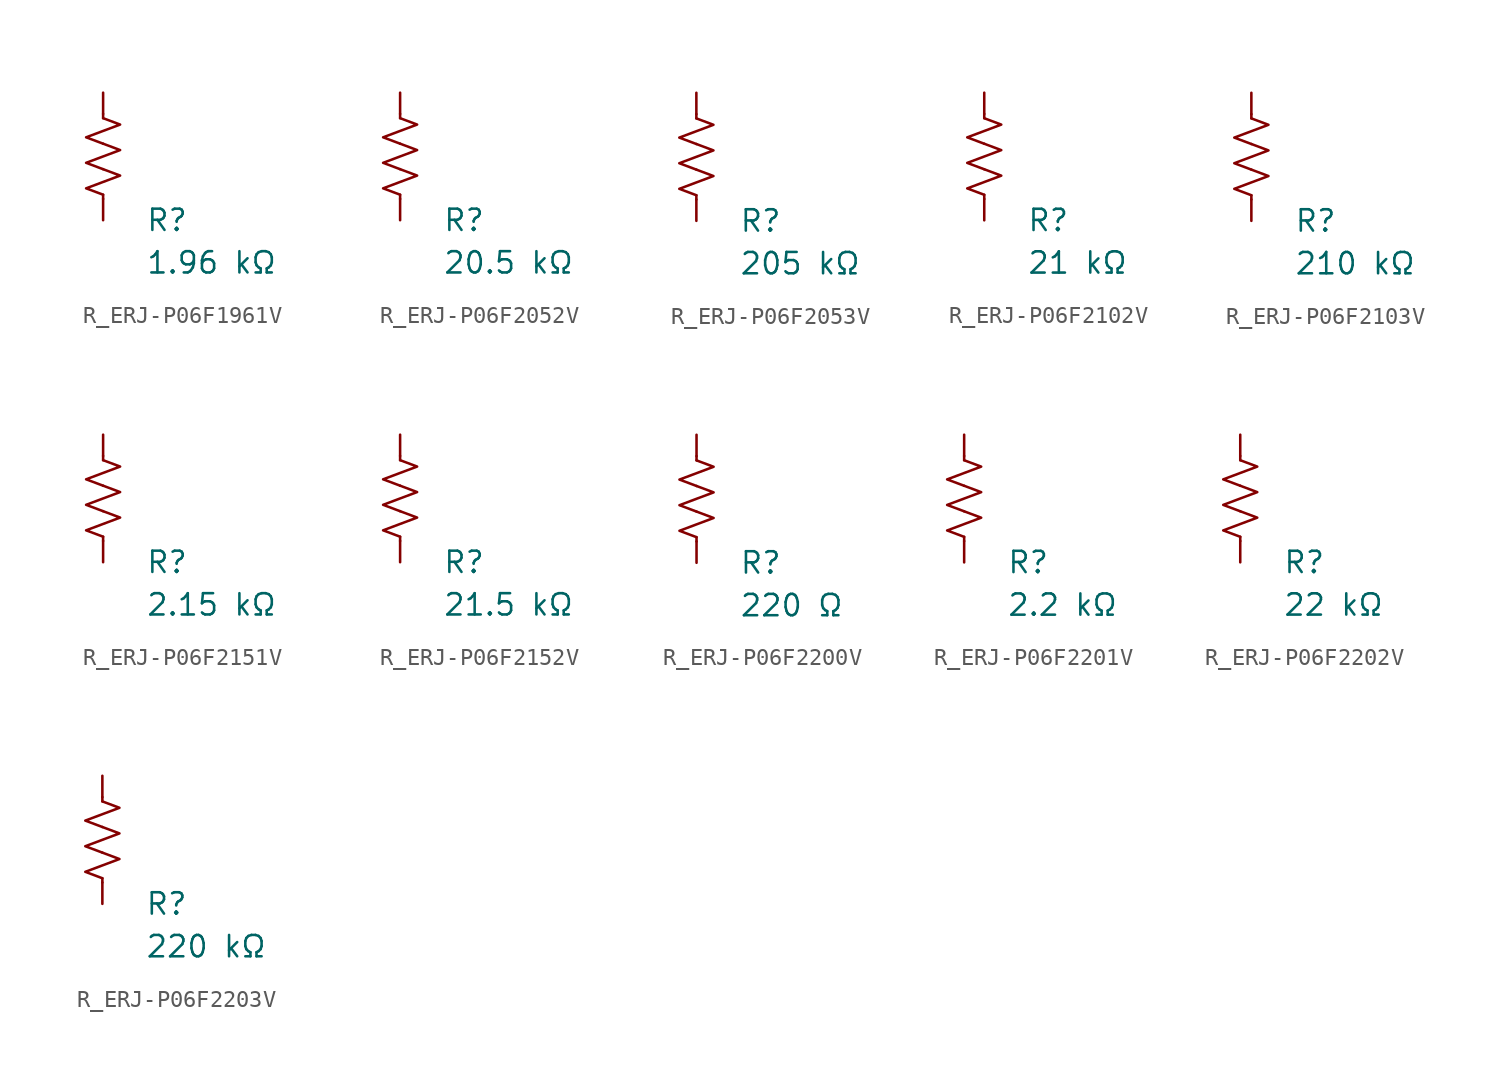
<source format=kicad_sym>
(kicad_symbol_lib
  (version 20231120)
  (generator "kicad_symbol_editor")
  (generator_version "8.0")
  (symbol "R_ERJ-P06F1961V"
    (pin_numbers hide)
    (pin_names
      (offset 0))
    (property "Reference" "R"
      (at 2.54 -3.81 0)
      (effects (font (size 1.27 1.27)) (justify left))
      (show_name no))
    (property "Value" "1.96 kΩ"
      (at 2.54 -6.35 0)
      (effects (font (size 1.27 1.27)) (justify left))
      (show_name no))
    (symbol "R_ERJ-P06F1961V_0_1"
      (polyline (pts (xy 0 -2.286) (xy 0 -2.54)) (stroke (width 0) (type default)) (fill (type none)))
      (polyline (pts (xy 0 2.286) (xy 0 2.54)) (stroke (width 0) (type default)) (fill (type none)))
      (polyline (pts (xy 0 -0.762) (xy 1.016 -1.143) (xy 0 -1.524) (xy -1.016 -1.905) (xy 0 -2.286)) (stroke (width 0) (type default)) (fill (type none)))
      (polyline (pts (xy 0 0.762) (xy 1.016 0.381) (xy 0 0) (xy -1.016 -0.381) (xy 0 -0.762)) (stroke (width 0) (type default)) (fill (type none)))
      (polyline (pts (xy 0 2.286) (xy 1.016 1.905) (xy 0 1.524) (xy -1.016 1.143) (xy 0 0.762)) (stroke (width 0) (type default)) (fill (type none))))
    (symbol "R_ERJ-P06F1961V_1_1"
      (pin passive line (at 0 3.81 270) (length 1.27) (name "~" (effects (font (size 1.27 1.27)))) (number "1" (effects (font (size 1.27 1.27)))))
      (pin passive line (at 0 -3.81 90) (length 1.27) (name "~" (effects (font (size 1.27 1.27)))) (number "2" (effects (font (size 1.27 1.27)))))))
  (symbol "R_ERJ-P06F2052V"
    (pin_numbers hide)
    (pin_names
      (offset 0))
    (property "Reference" "R"
      (at 2.54 -3.81 0)
      (effects (font (size 1.27 1.27)) (justify left))
      (show_name no))
    (property "Value" "20.5 kΩ"
      (at 2.54 -6.35 0)
      (effects (font (size 1.27 1.27)) (justify left))
      (show_name no))
    (symbol "R_ERJ-P06F2052V_0_1"
      (polyline (pts (xy 0 -2.286) (xy 0 -2.54)) (stroke (width 0) (type default)) (fill (type none)))
      (polyline (pts (xy 0 2.286) (xy 0 2.54)) (stroke (width 0) (type default)) (fill (type none)))
      (polyline (pts (xy 0 -0.762) (xy 1.016 -1.143) (xy 0 -1.524) (xy -1.016 -1.905) (xy 0 -2.286)) (stroke (width 0) (type default)) (fill (type none)))
      (polyline (pts (xy 0 0.762) (xy 1.016 0.381) (xy 0 0) (xy -1.016 -0.381) (xy 0 -0.762)) (stroke (width 0) (type default)) (fill (type none)))
      (polyline (pts (xy 0 2.286) (xy 1.016 1.905) (xy 0 1.524) (xy -1.016 1.143) (xy 0 0.762)) (stroke (width 0) (type default)) (fill (type none))))
    (symbol "R_ERJ-P06F2052V_1_1"
      (pin passive line (at 0 3.81 270) (length 1.27) (name "~" (effects (font (size 1.27 1.27)))) (number "1" (effects (font (size 1.27 1.27)))))
      (pin passive line (at 0 -3.81 90) (length 1.27) (name "~" (effects (font (size 1.27 1.27)))) (number "2" (effects (font (size 1.27 1.27)))))))
  (symbol "R_ERJ-P06F2053V"
    (pin_numbers hide)
    (pin_names
      (offset 0))
    (property "Reference" "R"
      (at 2.54 -3.81 0)
      (effects (font (size 1.27 1.27)) (justify left))
      (show_name no))
    (property "Value" "205 kΩ"
      (at 2.54 -6.35 0)
      (effects (font (size 1.27 1.27)) (justify left))
      (show_name no))
    (symbol "R_ERJ-P06F2053V_0_1"
      (polyline (pts (xy 0 -2.286) (xy 0 -2.54)) (stroke (width 0) (type default)) (fill (type none)))
      (polyline (pts (xy 0 2.286) (xy 0 2.54)) (stroke (width 0) (type default)) (fill (type none)))
      (polyline (pts (xy 0 -0.762) (xy 1.016 -1.143) (xy 0 -1.524) (xy -1.016 -1.905) (xy 0 -2.286)) (stroke (width 0) (type default)) (fill (type none)))
      (polyline (pts (xy 0 0.762) (xy 1.016 0.381) (xy 0 0) (xy -1.016 -0.381) (xy 0 -0.762)) (stroke (width 0) (type default)) (fill (type none)))
      (polyline (pts (xy 0 2.286) (xy 1.016 1.905) (xy 0 1.524) (xy -1.016 1.143) (xy 0 0.762)) (stroke (width 0) (type default)) (fill (type none))))
    (symbol "R_ERJ-P06F2053V_1_1"
      (pin passive line (at 0 3.81 270) (length 1.27) (name "~" (effects (font (size 1.27 1.27)))) (number "1" (effects (font (size 1.27 1.27)))))
      (pin passive line (at 0 -3.81 90) (length 1.27) (name "~" (effects (font (size 1.27 1.27)))) (number "2" (effects (font (size 1.27 1.27)))))))
  (symbol "R_ERJ-P06F2102V"
    (pin_numbers hide)
    (pin_names
      (offset 0))
    (property "Reference" "R"
      (at 2.54 -3.81 0)
      (effects (font (size 1.27 1.27)) (justify left))
      (show_name no))
    (property "Value" "21 kΩ"
      (at 2.54 -6.35 0)
      (effects (font (size 1.27 1.27)) (justify left))
      (show_name no))
    (symbol "R_ERJ-P06F2102V_0_1"
      (polyline (pts (xy 0 -2.286) (xy 0 -2.54)) (stroke (width 0) (type default)) (fill (type none)))
      (polyline (pts (xy 0 2.286) (xy 0 2.54)) (stroke (width 0) (type default)) (fill (type none)))
      (polyline (pts (xy 0 -0.762) (xy 1.016 -1.143) (xy 0 -1.524) (xy -1.016 -1.905) (xy 0 -2.286)) (stroke (width 0) (type default)) (fill (type none)))
      (polyline (pts (xy 0 0.762) (xy 1.016 0.381) (xy 0 0) (xy -1.016 -0.381) (xy 0 -0.762)) (stroke (width 0) (type default)) (fill (type none)))
      (polyline (pts (xy 0 2.286) (xy 1.016 1.905) (xy 0 1.524) (xy -1.016 1.143) (xy 0 0.762)) (stroke (width 0) (type default)) (fill (type none))))
    (symbol "R_ERJ-P06F2102V_1_1"
      (pin passive line (at 0 3.81 270) (length 1.27) (name "~" (effects (font (size 1.27 1.27)))) (number "1" (effects (font (size 1.27 1.27)))))
      (pin passive line (at 0 -3.81 90) (length 1.27) (name "~" (effects (font (size 1.27 1.27)))) (number "2" (effects (font (size 1.27 1.27)))))))
  (symbol "R_ERJ-P06F2103V"
    (pin_numbers hide)
    (pin_names
      (offset 0))
    (property "Reference" "R"
      (at 2.54 -3.81 0)
      (effects (font (size 1.27 1.27)) (justify left))
      (show_name no))
    (property "Value" "210 kΩ"
      (at 2.54 -6.35 0)
      (effects (font (size 1.27 1.27)) (justify left))
      (show_name no))
    (symbol "R_ERJ-P06F2103V_0_1"
      (polyline (pts (xy 0 -2.286) (xy 0 -2.54)) (stroke (width 0) (type default)) (fill (type none)))
      (polyline (pts (xy 0 2.286) (xy 0 2.54)) (stroke (width 0) (type default)) (fill (type none)))
      (polyline (pts (xy 0 -0.762) (xy 1.016 -1.143) (xy 0 -1.524) (xy -1.016 -1.905) (xy 0 -2.286)) (stroke (width 0) (type default)) (fill (type none)))
      (polyline (pts (xy 0 0.762) (xy 1.016 0.381) (xy 0 0) (xy -1.016 -0.381) (xy 0 -0.762)) (stroke (width 0) (type default)) (fill (type none)))
      (polyline (pts (xy 0 2.286) (xy 1.016 1.905) (xy 0 1.524) (xy -1.016 1.143) (xy 0 0.762)) (stroke (width 0) (type default)) (fill (type none))))
    (symbol "R_ERJ-P06F2103V_1_1"
      (pin passive line (at 0 3.81 270) (length 1.27) (name "~" (effects (font (size 1.27 1.27)))) (number "1" (effects (font (size 1.27 1.27)))))
      (pin passive line (at 0 -3.81 90) (length 1.27) (name "~" (effects (font (size 1.27 1.27)))) (number "2" (effects (font (size 1.27 1.27)))))))
  (symbol "R_ERJ-P06F2151V"
    (pin_numbers hide)
    (pin_names
      (offset 0))
    (property "Reference" "R"
      (at 2.54 -3.81 0)
      (effects (font (size 1.27 1.27)) (justify left))
      (show_name no))
    (property "Value" "2.15 kΩ"
      (at 2.54 -6.35 0)
      (effects (font (size 1.27 1.27)) (justify left))
      (show_name no))
    (symbol "R_ERJ-P06F2151V_0_1"
      (polyline (pts (xy 0 -2.286) (xy 0 -2.54)) (stroke (width 0) (type default)) (fill (type none)))
      (polyline (pts (xy 0 2.286) (xy 0 2.54)) (stroke (width 0) (type default)) (fill (type none)))
      (polyline (pts (xy 0 -0.762) (xy 1.016 -1.143) (xy 0 -1.524) (xy -1.016 -1.905) (xy 0 -2.286)) (stroke (width 0) (type default)) (fill (type none)))
      (polyline (pts (xy 0 0.762) (xy 1.016 0.381) (xy 0 0) (xy -1.016 -0.381) (xy 0 -0.762)) (stroke (width 0) (type default)) (fill (type none)))
      (polyline (pts (xy 0 2.286) (xy 1.016 1.905) (xy 0 1.524) (xy -1.016 1.143) (xy 0 0.762)) (stroke (width 0) (type default)) (fill (type none))))
    (symbol "R_ERJ-P06F2151V_1_1"
      (pin passive line (at 0 3.81 270) (length 1.27) (name "~" (effects (font (size 1.27 1.27)))) (number "1" (effects (font (size 1.27 1.27)))))
      (pin passive line (at 0 -3.81 90) (length 1.27) (name "~" (effects (font (size 1.27 1.27)))) (number "2" (effects (font (size 1.27 1.27)))))))
  (symbol "R_ERJ-P06F2152V"
    (pin_numbers hide)
    (pin_names
      (offset 0))
    (property "Reference" "R"
      (at 2.54 -3.81 0)
      (effects (font (size 1.27 1.27)) (justify left))
      (show_name no))
    (property "Value" "21.5 kΩ"
      (at 2.54 -6.35 0)
      (effects (font (size 1.27 1.27)) (justify left))
      (show_name no))
    (symbol "R_ERJ-P06F2152V_0_1"
      (polyline (pts (xy 0 -2.286) (xy 0 -2.54)) (stroke (width 0) (type default)) (fill (type none)))
      (polyline (pts (xy 0 2.286) (xy 0 2.54)) (stroke (width 0) (type default)) (fill (type none)))
      (polyline (pts (xy 0 -0.762) (xy 1.016 -1.143) (xy 0 -1.524) (xy -1.016 -1.905) (xy 0 -2.286)) (stroke (width 0) (type default)) (fill (type none)))
      (polyline (pts (xy 0 0.762) (xy 1.016 0.381) (xy 0 0) (xy -1.016 -0.381) (xy 0 -0.762)) (stroke (width 0) (type default)) (fill (type none)))
      (polyline (pts (xy 0 2.286) (xy 1.016 1.905) (xy 0 1.524) (xy -1.016 1.143) (xy 0 0.762)) (stroke (width 0) (type default)) (fill (type none))))
    (symbol "R_ERJ-P06F2152V_1_1"
      (pin passive line (at 0 3.81 270) (length 1.27) (name "~" (effects (font (size 1.27 1.27)))) (number "1" (effects (font (size 1.27 1.27)))))
      (pin passive line (at 0 -3.81 90) (length 1.27) (name "~" (effects (font (size 1.27 1.27)))) (number "2" (effects (font (size 1.27 1.27)))))))
  (symbol "R_ERJ-P06F2200V"
    (pin_numbers hide)
    (pin_names
      (offset 0))
    (property "Reference" "R"
      (at 2.54 -3.81 0)
      (effects (font (size 1.27 1.27)) (justify left))
      (show_name no))
    (property "Value" "220 Ω"
      (at 2.54 -6.35 0)
      (effects (font (size 1.27 1.27)) (justify left))
      (show_name no))
    (symbol "R_ERJ-P06F2200V_0_1"
      (polyline (pts (xy 0 -2.286) (xy 0 -2.54)) (stroke (width 0) (type default)) (fill (type none)))
      (polyline (pts (xy 0 2.286) (xy 0 2.54)) (stroke (width 0) (type default)) (fill (type none)))
      (polyline (pts (xy 0 -0.762) (xy 1.016 -1.143) (xy 0 -1.524) (xy -1.016 -1.905) (xy 0 -2.286)) (stroke (width 0) (type default)) (fill (type none)))
      (polyline (pts (xy 0 0.762) (xy 1.016 0.381) (xy 0 0) (xy -1.016 -0.381) (xy 0 -0.762)) (stroke (width 0) (type default)) (fill (type none)))
      (polyline (pts (xy 0 2.286) (xy 1.016 1.905) (xy 0 1.524) (xy -1.016 1.143) (xy 0 0.762)) (stroke (width 0) (type default)) (fill (type none))))
    (symbol "R_ERJ-P06F2200V_1_1"
      (pin passive line (at 0 3.81 270) (length 1.27) (name "~" (effects (font (size 1.27 1.27)))) (number "1" (effects (font (size 1.27 1.27)))))
      (pin passive line (at 0 -3.81 90) (length 1.27) (name "~" (effects (font (size 1.27 1.27)))) (number "2" (effects (font (size 1.27 1.27)))))))
  (symbol "R_ERJ-P06F2201V"
    (pin_numbers hide)
    (pin_names
      (offset 0))
    (property "Reference" "R"
      (at 2.54 -3.81 0)
      (effects (font (size 1.27 1.27)) (justify left))
      (show_name no))
    (property "Value" "2.2 kΩ"
      (at 2.54 -6.35 0)
      (effects (font (size 1.27 1.27)) (justify left))
      (show_name no))
    (symbol "R_ERJ-P06F2201V_0_1"
      (polyline (pts (xy 0 -2.286) (xy 0 -2.54)) (stroke (width 0) (type default)) (fill (type none)))
      (polyline (pts (xy 0 2.286) (xy 0 2.54)) (stroke (width 0) (type default)) (fill (type none)))
      (polyline (pts (xy 0 -0.762) (xy 1.016 -1.143) (xy 0 -1.524) (xy -1.016 -1.905) (xy 0 -2.286)) (stroke (width 0) (type default)) (fill (type none)))
      (polyline (pts (xy 0 0.762) (xy 1.016 0.381) (xy 0 0) (xy -1.016 -0.381) (xy 0 -0.762)) (stroke (width 0) (type default)) (fill (type none)))
      (polyline (pts (xy 0 2.286) (xy 1.016 1.905) (xy 0 1.524) (xy -1.016 1.143) (xy 0 0.762)) (stroke (width 0) (type default)) (fill (type none))))
    (symbol "R_ERJ-P06F2201V_1_1"
      (pin passive line (at 0 3.81 270) (length 1.27) (name "~" (effects (font (size 1.27 1.27)))) (number "1" (effects (font (size 1.27 1.27)))))
      (pin passive line (at 0 -3.81 90) (length 1.27) (name "~" (effects (font (size 1.27 1.27)))) (number "2" (effects (font (size 1.27 1.27)))))))
  (symbol "R_ERJ-P06F2202V"
    (pin_numbers hide)
    (pin_names
      (offset 0))
    (property "Reference" "R"
      (at 2.54 -3.81 0)
      (effects (font (size 1.27 1.27)) (justify left))
      (show_name no))
    (property "Value" "22 kΩ"
      (at 2.54 -6.35 0)
      (effects (font (size 1.27 1.27)) (justify left))
      (show_name no))
    (symbol "R_ERJ-P06F2202V_0_1"
      (polyline (pts (xy 0 -2.286) (xy 0 -2.54)) (stroke (width 0) (type default)) (fill (type none)))
      (polyline (pts (xy 0 2.286) (xy 0 2.54)) (stroke (width 0) (type default)) (fill (type none)))
      (polyline (pts (xy 0 -0.762) (xy 1.016 -1.143) (xy 0 -1.524) (xy -1.016 -1.905) (xy 0 -2.286)) (stroke (width 0) (type default)) (fill (type none)))
      (polyline (pts (xy 0 0.762) (xy 1.016 0.381) (xy 0 0) (xy -1.016 -0.381) (xy 0 -0.762)) (stroke (width 0) (type default)) (fill (type none)))
      (polyline (pts (xy 0 2.286) (xy 1.016 1.905) (xy 0 1.524) (xy -1.016 1.143) (xy 0 0.762)) (stroke (width 0) (type default)) (fill (type none))))
    (symbol "R_ERJ-P06F2202V_1_1"
      (pin passive line (at 0 3.81 270) (length 1.27) (name "~" (effects (font (size 1.27 1.27)))) (number "1" (effects (font (size 1.27 1.27)))))
      (pin passive line (at 0 -3.81 90) (length 1.27) (name "~" (effects (font (size 1.27 1.27)))) (number "2" (effects (font (size 1.27 1.27)))))))
  (symbol "R_ERJ-P06F2203V"
    (pin_numbers hide)
    (pin_names
      (offset 0))
    (property "Reference" "R"
      (at 2.54 -3.81 0)
      (effects (font (size 1.27 1.27)) (justify left))
      (show_name no))
    (property "Value" "220 kΩ"
      (at 2.54 -6.35 0)
      (effects (font (size 1.27 1.27)) (justify left))
      (show_name no))
    (symbol "R_ERJ-P06F2203V_0_1"
      (polyline (pts (xy 0 -2.286) (xy 0 -2.54)) (stroke (width 0) (type default)) (fill (type none)))
      (polyline (pts (xy 0 2.286) (xy 0 2.54)) (stroke (width 0) (type default)) (fill (type none)))
      (polyline (pts (xy 0 -0.762) (xy 1.016 -1.143) (xy 0 -1.524) (xy -1.016 -1.905) (xy 0 -2.286)) (stroke (width 0) (type default)) (fill (type none)))
      (polyline (pts (xy 0 0.762) (xy 1.016 0.381) (xy 0 0) (xy -1.016 -0.381) (xy 0 -0.762)) (stroke (width 0) (type default)) (fill (type none)))
      (polyline (pts (xy 0 2.286) (xy 1.016 1.905) (xy 0 1.524) (xy -1.016 1.143) (xy 0 0.762)) (stroke (width 0) (type default)) (fill (type none))))
    (symbol "R_ERJ-P06F2203V_1_1"
      (pin passive line (at 0 3.81 270) (length 1.27) (name "~" (effects (font (size 1.27 1.27)))) (number "1" (effects (font (size 1.27 1.27)))))
      (pin passive line (at 0 -3.81 90) (length 1.27) (name "~" (effects (font (size 1.27 1.27)))) (number "2" (effects (font (size 1.27 1.27))))))))
</source>
